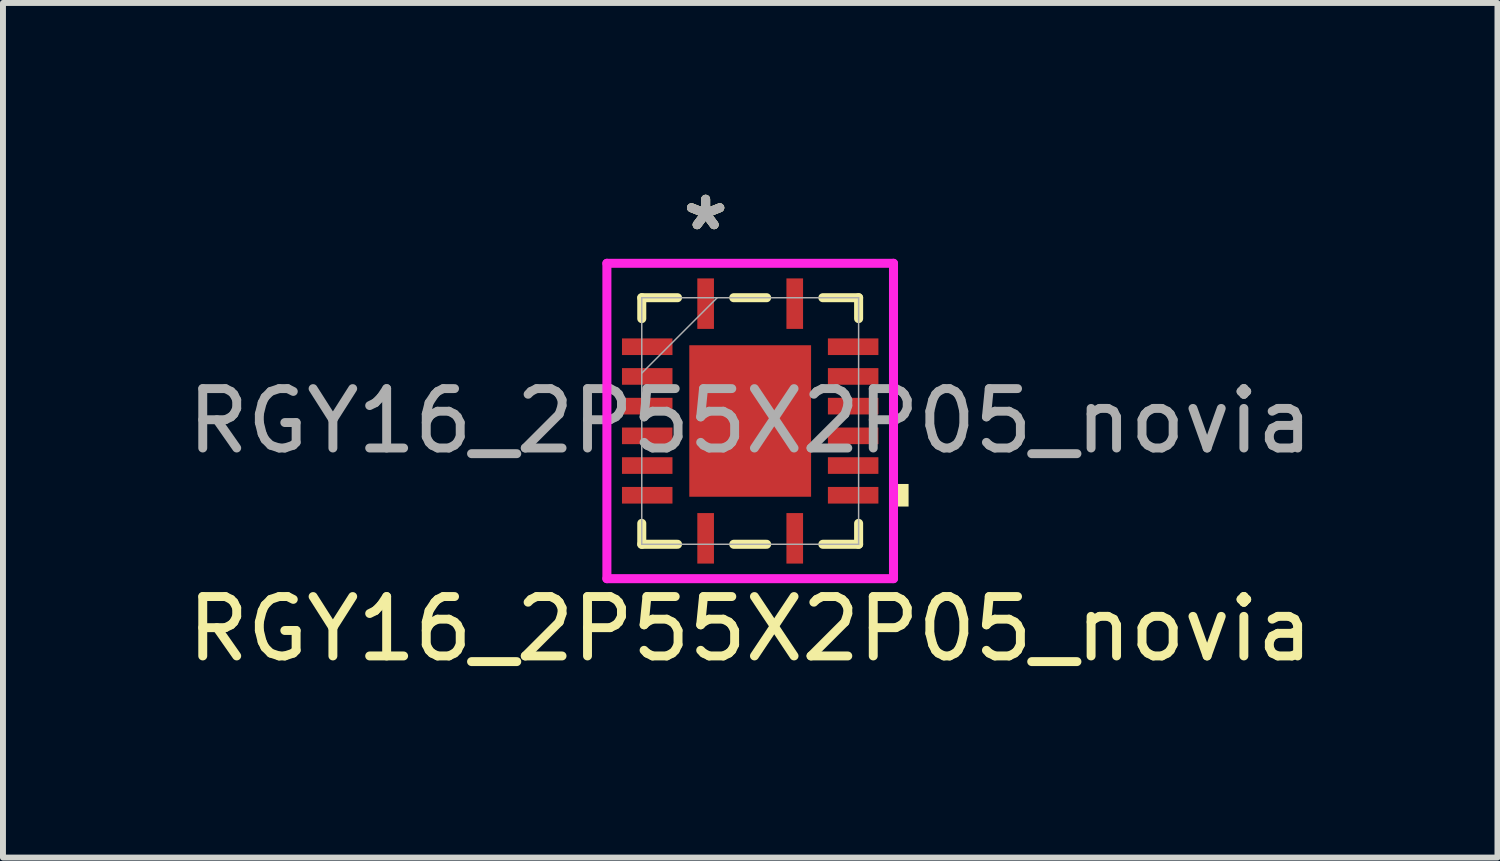
<source format=kicad_pcb>
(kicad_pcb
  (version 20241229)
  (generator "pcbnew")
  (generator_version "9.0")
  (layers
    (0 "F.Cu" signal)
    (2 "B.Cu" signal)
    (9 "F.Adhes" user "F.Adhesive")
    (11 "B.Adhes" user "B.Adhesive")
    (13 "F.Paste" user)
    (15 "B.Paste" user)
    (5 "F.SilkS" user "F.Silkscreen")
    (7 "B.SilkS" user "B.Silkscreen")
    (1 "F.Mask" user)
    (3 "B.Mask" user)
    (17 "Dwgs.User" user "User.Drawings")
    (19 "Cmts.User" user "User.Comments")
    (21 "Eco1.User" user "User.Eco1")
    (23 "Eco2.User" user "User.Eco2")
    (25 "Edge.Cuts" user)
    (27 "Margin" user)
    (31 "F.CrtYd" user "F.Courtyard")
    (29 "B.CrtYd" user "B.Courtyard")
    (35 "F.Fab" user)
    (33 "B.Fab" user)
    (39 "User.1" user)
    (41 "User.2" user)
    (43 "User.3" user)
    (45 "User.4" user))
  (footprint "RGY16_2P55X2P05_novia"
    (layer "F.Cu")
    (at 9.577 4.036)
    (property "Reference" "RGY16_2P55X2P05_novia" (at 0 3.5 0) (unlocked yes) (layer "F.SilkS") (effects (font (size 1 1) (thickness 0.15))))
    (attr smd)
    (fp_poly (pts (xy -2.228 -1.46) (xy -2.228 -1.04) (xy -1.238 -1.04) (xy -1.238 -1.46)) (stroke (width 0) (type solid)) (fill yes) (layer "F.Mask"))
    (fp_poly (pts (xy -2.228 -0.96) (xy -2.228 -0.54) (xy -1.238 -0.54) (xy -1.238 -0.96)) (stroke (width 0) (type solid)) (fill yes) (layer "F.Mask"))
    (fp_poly (pts (xy -2.228 -0.46) (xy -2.228 -0.04) (xy -1.238 -0.04) (xy -1.238 -0.46)) (stroke (width 0) (type solid)) (fill yes) (layer "F.Mask"))
    (fp_poly (pts (xy -2.228 0.04) (xy -2.228 0.46) (xy -1.238 0.46) (xy -1.238 0.04)) (stroke (width 0) (type solid)) (fill yes) (layer "F.Mask"))
    (fp_poly (pts (xy -2.228 0.54) (xy -2.228 0.96) (xy -1.238 0.96) (xy -1.238 0.54)) (stroke (width 0) (type solid)) (fill yes) (layer "F.Mask"))
    (fp_poly (pts (xy -2.228 1.04) (xy -2.228 1.46) (xy -1.238 1.46) (xy -1.238 1.04)) (stroke (width 0) (type solid)) (fill yes) (layer "F.Mask"))
    (fp_poly (pts (xy -1.089 -1.339) (xy -0.594 -1.339) (xy -0.594 1.339) (xy -1.089 1.339)) (stroke (width 0) (type solid)) (fill yes) (layer "F.Mask"))
    (fp_poly (pts (xy -1.089 -1.339) (xy 1.089 -1.339) (xy 1.089 -0.987) (xy -1.089 -0.987)) (stroke (width 0) (type solid)) (fill yes) (layer "F.Mask"))
    (fp_poly (pts (xy -1.089 -0.587) (xy 1.089 -0.587) (xy 1.089 -0.2) (xy -1.089 -0.2)) (stroke (width 0) (type solid)) (fill yes) (layer "F.Mask"))
    (fp_poly (pts (xy -1.089 0.2) (xy 1.089 0.2) (xy 1.089 0.587) (xy -1.089 0.587)) (stroke (width 0) (type solid)) (fill yes) (layer "F.Mask"))
    (fp_poly (pts (xy -1.089 0.987) (xy 1.089 0.987) (xy 1.089 1.339) (xy -1.089 1.339)) (stroke (width 0) (type solid)) (fill yes) (layer "F.Mask"))
    (fp_poly (pts (xy -0.96 -2.47) (xy -0.96 -1.48) (xy -0.54 -1.48) (xy -0.54 -2.47)) (stroke (width 0) (type solid)) (fill yes) (layer "F.Mask"))
    (fp_poly (pts (xy -0.96 1.48) (xy -0.96 2.47) (xy -0.54 2.47) (xy -0.54 1.48)) (stroke (width 0) (type solid)) (fill yes) (layer "F.Mask"))
    (fp_poly (pts (xy 0.194 -1.339) (xy -0.194 -1.339) (xy -0.194 1.339) (xy 0.194 1.339)) (stroke (width 0) (type solid)) (fill yes) (layer "F.Mask"))
    (fp_poly (pts (xy 0.54 -2.47) (xy 0.54 -1.48) (xy 0.96 -1.48) (xy 0.96 -2.47)) (stroke (width 0) (type solid)) (fill yes) (layer "F.Mask"))
    (fp_poly (pts (xy 0.54 1.48) (xy 0.54 2.47) (xy 0.96 2.47) (xy 0.96 1.48)) (stroke (width 0) (type solid)) (fill yes) (layer "F.Mask"))
    (fp_poly (pts (xy 0.594 -1.339) (xy 1.089 -1.339) (xy 1.089 1.339) (xy 0.594 1.339)) (stroke (width 0) (type solid)) (fill yes) (layer "F.Mask"))
    (fp_poly (pts (xy 1.238 -1.46) (xy 1.238 -1.04) (xy 2.228 -1.04) (xy 2.228 -1.46)) (stroke (width 0) (type solid)) (fill yes) (layer "F.Mask"))
    (fp_poly (pts (xy 1.238 -0.96) (xy 1.238 -0.54) (xy 2.228 -0.54) (xy 2.228 -0.96)) (stroke (width 0) (type solid)) (fill yes) (layer "F.Mask"))
    (fp_poly (pts (xy 1.238 -0.46) (xy 1.238 -0.04) (xy 2.228 -0.04) (xy 2.228 -0.46)) (stroke (width 0) (type solid)) (fill yes) (layer "F.Mask"))
    (fp_poly (pts (xy 1.238 0.04) (xy 1.238 0.46) (xy 2.228 0.46) (xy 2.228 0.04)) (stroke (width 0) (type solid)) (fill yes) (layer "F.Mask"))
    (fp_poly (pts (xy 1.238 0.54) (xy 1.238 0.96) (xy 2.228 0.96) (xy 2.228 0.54)) (stroke (width 0) (type solid)) (fill yes) (layer "F.Mask"))
    (fp_poly (pts (xy 1.238 1.04) (xy 1.238 1.46) (xy 2.228 1.46) (xy 2.228 1.04)) (stroke (width 0) (type solid)) (fill yes) (layer "F.Mask"))
    (fp_line (start -1.825 -2.075) (end -1.825 -1.723) (stroke (width 0.152) (type solid)) (layer "F.SilkS"))
    (fp_line (start -1.825 1.723) (end -1.825 2.075) (stroke (width 0.152) (type solid)) (layer "F.SilkS"))
    (fp_line (start -1.825 2.075) (end -1.223 2.075) (stroke (width 0.152) (type solid)) (layer "F.SilkS"))
    (fp_line (start -1.223 -2.075) (end -1.825 -2.075) (stroke (width 0.152) (type solid)) (layer "F.SilkS"))
    (fp_line (start -0.277 2.075) (end 0.277 2.075) (stroke (width 0.152) (type solid)) (layer "F.SilkS"))
    (fp_line (start 0.277 -2.075) (end -0.277 -2.075) (stroke (width 0.152) (type solid)) (layer "F.SilkS"))
    (fp_line (start 1.223 2.075) (end 1.825 2.075) (stroke (width 0.152) (type solid)) (layer "F.SilkS"))
    (fp_line (start 1.825 -2.075) (end 1.223 -2.075) (stroke (width 0.152) (type solid)) (layer "F.SilkS"))
    (fp_line (start 1.825 -1.723) (end 1.825 -2.075) (stroke (width 0.152) (type solid)) (layer "F.SilkS"))
    (fp_line (start 1.825 2.075) (end 1.825 1.723) (stroke (width 0.152) (type solid)) (layer "F.SilkS"))
    (fp_poly (pts (xy 2.666 1.06) (xy 2.666 1.44) (xy 2.412 1.44) (xy 2.412 1.06)) (stroke (width 0) (type solid)) (fill yes) (layer "F.SilkS"))
    (fp_poly (pts (xy -2.133 -1.365) (xy -2.133 -1.135) (xy -1.333 -1.135) (xy -1.333 -1.365)) (stroke (width 0) (type solid)) (fill yes) (layer "F.Paste"))
    (fp_poly (pts (xy -2.133 -0.865) (xy -2.133 -0.635) (xy -1.333 -0.635) (xy -1.333 -0.865)) (stroke (width 0) (type solid)) (fill yes) (layer "F.Paste"))
    (fp_poly (pts (xy -2.133 -0.365) (xy -2.133 -0.135) (xy -1.333 -0.135) (xy -1.333 -0.365)) (stroke (width 0) (type solid)) (fill yes) (layer "F.Paste"))
    (fp_poly (pts (xy -2.133 0.135) (xy -2.133 0.365) (xy -1.333 0.365) (xy -1.333 0.135)) (stroke (width 0) (type solid)) (fill yes) (layer "F.Paste"))
    (fp_poly (pts (xy -2.133 0.635) (xy -2.133 0.865) (xy -1.333 0.865) (xy -1.333 0.635)) (stroke (width 0) (type solid)) (fill yes) (layer "F.Paste"))
    (fp_poly (pts (xy -2.133 1.135) (xy -2.133 1.365) (xy -1.333 1.365) (xy -1.333 1.135)) (stroke (width 0) (type solid)) (fill yes) (layer "F.Paste"))
    (fp_poly (pts (xy -0.865 -2.375) (xy -0.865 -1.575) (xy -0.635 -1.575) (xy -0.635 -2.375)) (stroke (width 0) (type solid)) (fill yes) (layer "F.Paste"))
    (fp_poly (pts (xy -0.865 1.575) (xy -0.865 2.375) (xy -0.635 2.375) (xy -0.635 1.575)) (stroke (width 0) (type solid)) (fill yes) (layer "F.Paste"))
    (fp_poly (pts (xy 0.635 -2.375) (xy 0.635 -1.575) (xy 0.865 -1.575) (xy 0.865 -2.375)) (stroke (width 0) (type solid)) (fill yes) (layer "F.Paste"))
    (fp_poly (pts (xy 0.635 1.575) (xy 0.635 2.375) (xy 0.865 2.375) (xy 0.865 1.575)) (stroke (width 0) (type solid)) (fill yes) (layer "F.Paste"))
    (fp_poly (pts (xy 1.333 -1.365) (xy 1.333 -1.135) (xy 2.133 -1.135) (xy 2.133 -1.365)) (stroke (width 0) (type solid)) (fill yes) (layer "F.Paste"))
    (fp_poly (pts (xy 1.333 -0.865) (xy 1.333 -0.635) (xy 2.133 -0.635) (xy 2.133 -0.865)) (stroke (width 0) (type solid)) (fill yes) (layer "F.Paste"))
    (fp_poly (pts (xy 1.333 -0.365) (xy 1.333 -0.135) (xy 2.133 -0.135) (xy 2.133 -0.365)) (stroke (width 0) (type solid)) (fill yes) (layer "F.Paste"))
    (fp_poly (pts (xy 1.333 0.135) (xy 1.333 0.365) (xy 2.133 0.365) (xy 2.133 0.135)) (stroke (width 0) (type solid)) (fill yes) (layer "F.Paste"))
    (fp_poly (pts (xy 1.333 0.635) (xy 1.333 0.865) (xy 2.133 0.865) (xy 2.133 0.635)) (stroke (width 0) (type solid)) (fill yes) (layer "F.Paste"))
    (fp_poly (pts (xy 1.333 1.135) (xy 1.333 1.365) (xy 2.133 1.365) (xy 2.133 1.135)) (stroke (width 0) (type solid)) (fill yes) (layer "F.Paste"))
    (fp_poly (pts (xy -0.95 -1.2) (xy -0.95 -0.887) (xy -0.635 -0.887) (xy -0.494 -1.029) (xy -0.494 -1.2)) (stroke (width 0) (type solid)) (fill yes) (layer "F.Paste"))
    (fp_poly (pts (xy -0.95 0.887) (xy -0.95 1.2) (xy -0.494 1.2) (xy -0.494 1.029) (xy -0.635 0.887)) (stroke (width 0) (type solid)) (fill yes) (layer "F.Paste"))
    (fp_poly (pts (xy 0.494 -1.2) (xy 0.494 -1.029) (xy 0.635 -0.887) (xy 0.95 -0.887) (xy 0.95 -1.2)) (stroke (width 0) (type solid)) (fill yes) (layer "F.Paste"))
    (fp_poly (pts (xy 0.635 0.887) (xy 0.494 1.029) (xy 0.494 1.2) (xy 0.95 1.2) (xy 0.95 0.887)) (stroke (width 0) (type solid)) (fill yes) (layer "F.Paste"))
    (fp_poly (pts (xy -0.95 -0.687) (xy -0.95 -0.1) (xy -0.635 -0.1) (xy -0.494 -0.241) (xy -0.494 -0.546) (xy -0.635 -0.687)) (stroke (width 0) (type solid)) (fill yes) (layer "F.Paste"))
    (fp_poly (pts (xy -0.95 0.1) (xy -0.95 0.687) (xy -0.635 0.687) (xy -0.494 0.546) (xy -0.494 0.241) (xy -0.635 0.1)) (stroke (width 0) (type solid)) (fill yes) (layer "F.Paste"))
    (fp_poly (pts (xy -0.294 -1.2) (xy -0.294 -1.029) (xy -0.152 -0.887) (xy 0.152 -0.887) (xy 0.294 -1.029) (xy 0.294 -1.2)) (stroke (width 0) (type solid)) (fill yes) (layer "F.Paste"))
    (fp_poly (pts (xy -0.152 0.887) (xy -0.294 1.029) (xy -0.294 1.2) (xy 0.294 1.2) (xy 0.294 1.029) (xy 0.152 0.887)) (stroke (width 0) (type solid)) (fill yes) (layer "F.Paste"))
    (fp_poly (pts (xy 0.635 -0.687) (xy 0.494 -0.546) (xy 0.494 -0.241) (xy 0.635 -0.1) (xy 0.95 -0.1) (xy 0.95 -0.687)) (stroke (width 0) (type solid)) (fill yes) (layer "F.Paste"))
    (fp_poly (pts (xy 0.635 0.1) (xy 0.494 0.241) (xy 0.494 0.546) (xy 0.635 0.687) (xy 0.95 0.687) (xy 0.95 0.1)) (stroke (width 0) (type solid)) (fill yes) (layer "F.Paste"))
    (fp_poly (pts (xy -0.152 -0.687) (xy -0.294 -0.546) (xy -0.294 -0.241) (xy -0.152 -0.1) (xy 0.152 -0.1) (xy 0.294 -0.241) (xy 0.294 -0.546) (xy 0.152 -0.687)) (stroke (width 0) (type solid)) (fill yes) (layer "F.Paste"))
    (fp_poly (pts (xy -0.152 0.1) (xy -0.294 0.241) (xy -0.294 0.546) (xy -0.152 0.687) (xy 0.152 0.687) (xy 0.294 0.546) (xy 0.294 0.241) (xy 0.152 0.1)) (stroke (width 0) (type solid)) (fill yes) (layer "F.Paste"))
    (fp_line (start -2.412 -2.654) (end 2.412 -2.654) (stroke (width 0.152) (type solid)) (layer "F.CrtYd"))
    (fp_line (start -2.412 2.654) (end -2.412 -2.654) (stroke (width 0.152) (type solid)) (layer "F.CrtYd"))
    (fp_line (start 2.412 -2.654) (end 2.412 2.654) (stroke (width 0.152) (type solid)) (layer "F.CrtYd"))
    (fp_line (start 2.412 2.654) (end -2.412 2.654) (stroke (width 0.152) (type solid)) (layer "F.CrtYd"))
    (fp_line (start -1.825 -2.075) (end -1.825 2.075) (stroke (width 0.025) (type solid)) (layer "F.Fab"))
    (fp_line (start -1.825 -0.805) (end -0.555 -2.075) (stroke (width 0.025) (type solid)) (layer "F.Fab"))
    (fp_line (start -1.825 2.075) (end 1.825 2.075) (stroke (width 0.025) (type solid)) (layer "F.Fab"))
    (fp_line (start 1.825 -2.075) (end -1.825 -2.075) (stroke (width 0.025) (type solid)) (layer "F.Fab"))
    (fp_line (start 1.825 2.075) (end 1.825 -2.075) (stroke (width 0.025) (type solid)) (layer "F.Fab"))
    (fp_text user "*" (at -0.75 -3.187 0) (unlocked yes) (layer "F.SilkS") (effects (font (size 1 1) (thickness 0.15))))
    (fp_text user "*" (at -0.75 -3.187 0) (layer "F.SilkS") (effects (font (size 1 1) (thickness 0.15))))
    (fp_text user "*" (at -0.75 -3.187 0) (layer "F.Fab") (effects (font (size 1 1) (thickness 0.15))))
    (fp_text user "*" (at -0.75 -3.187 0) (unlocked yes) (layer "F.Fab") (effects (font (size 1 1) (thickness 0.15))))
    (fp_text user "${REFERENCE}" (at 0 0 0) (unlocked yes) (layer "F.Fab") (effects (font (size 1 1) (thickness 0.15))))
    (pad "1" smd rect (at -0.75 -1.975) (size 0.28 0.85) (layers "F.Cu" "F.Mask"))
    (pad "2" smd rect (at -1.733 -1.25 90) (size 0.28 0.85) (layers "F.Cu" "F.Mask"))
    (pad "3" smd rect (at -1.733 -0.75 90) (size 0.28 0.85) (layers "F.Cu" "F.Mask"))
    (pad "4" smd rect (at -1.733 -0.25 90) (size 0.28 0.85) (layers "F.Cu" "F.Mask"))
    (pad "5" smd rect (at -1.733 0.25 90) (size 0.28 0.85) (layers "F.Cu" "F.Mask"))
    (pad "6" smd rect (at -1.733 0.75 90) (size 0.28 0.85) (layers "F.Cu" "F.Mask"))
    (pad "7" smd rect (at -1.733 1.25 90) (size 0.28 0.85) (layers "F.Cu" "F.Mask"))
    (pad "8" smd rect (at -0.75 1.975) (size 0.28 0.85) (layers "F.Cu" "F.Mask"))
    (pad "9" smd rect (at 0.75 1.975) (size 0.28 0.85) (layers "F.Cu" "F.Mask"))
    (pad "10" smd rect (at 1.733 1.25 90) (size 0.28 0.85) (layers "F.Cu" "F.Mask"))
    (pad "11" smd rect (at 1.733 0.75 90) (size 0.28 0.85) (layers "F.Cu" "F.Mask"))
    (pad "12" smd rect (at 1.733 0.25 90) (size 0.28 0.85) (layers "F.Cu" "F.Mask"))
    (pad "13" smd rect (at 1.733 -0.25 90) (size 0.28 0.85) (layers "F.Cu" "F.Mask"))
    (pad "14" smd rect (at 1.733 -0.75 90) (size 0.28 0.85) (layers "F.Cu" "F.Mask"))
    (pad "15" smd rect (at 1.733 -1.25 90) (size 0.28 0.85) (layers "F.Cu" "F.Mask"))
    (pad "16" smd rect (at 0.75 -1.975) (size 0.28 0.85) (layers "F.Cu" "F.Mask"))
    (pad "17" smd rect (at 0 0) (size 2.05 2.55) (layers "F.Cu")))
  (gr_rect
    (start -3 -3)
    (end 22.155 11.384)
    (stroke (width 0.1) (type default))
    (fill no)
    (layer "Edge.Cuts")))
</source>
